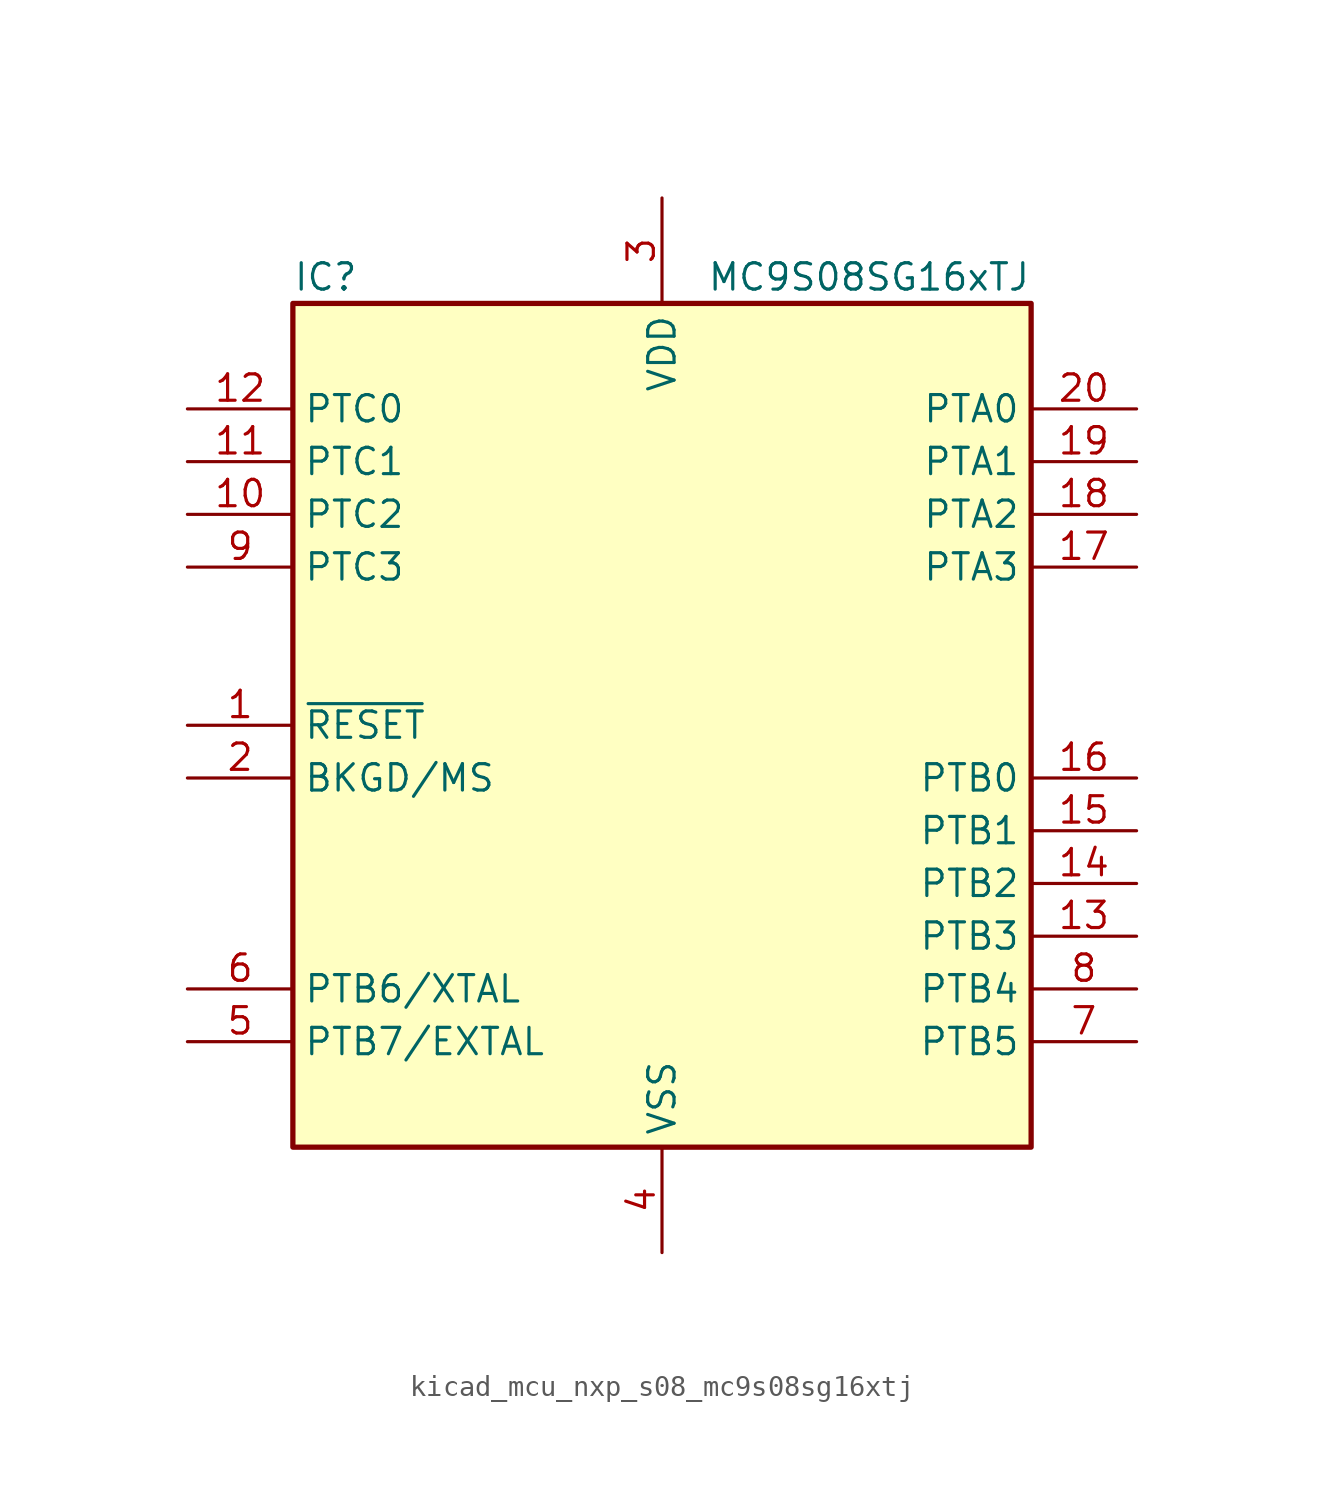
<source format=kicad_sym>
(kicad_symbol_lib
  (version 20220914)
  (generator kicad_symbol_editor)
  (symbol "kicad_mcu_nxp_s08_mc9s08sg16xtj"
    (property "Reference" "IC"
      (at -17.78 21.59 0)
      (effects (font (size 1.27 1.27)) (justify left)))
    (property "Value" "MC9S08SG16xTJ"
      (at 17.78 21.59 0)
      (effects (font (size 1.27 1.27)) (justify right)))
    (symbol "kicad_mcu_nxp_s08_mc9s08sg16xtj_0_1"
      (rectangle (start -17.78 20.32) (end 17.78 -20.32) (stroke (width 0.254) (type default)) (fill (type background))))
    (symbol "kicad_mcu_nxp_s08_mc9s08sg16xtj_1_1"
      (pin input line (at -22.86 0 0) (length 5.08) (name "~{RESET}" (effects (font (size 1.27 1.27)))) (number "1" (effects (font (size 1.27 1.27)))))
      (pin bidirectional line (at -22.86 10.16 0) (length 5.08) (name "PTC2" (effects (font (size 1.27 1.27)))) (number "10" (effects (font (size 1.27 1.27)))))
      (pin bidirectional line (at -22.86 12.7 0) (length 5.08) (name "PTC1" (effects (font (size 1.27 1.27)))) (number "11" (effects (font (size 1.27 1.27)))))
      (pin bidirectional line (at -22.86 15.24 0) (length 5.08) (name "PTC0" (effects (font (size 1.27 1.27)))) (number "12" (effects (font (size 1.27 1.27)))))
      (pin bidirectional line (at 22.86 -10.16 180) (length 5.08) (name "PTB3" (effects (font (size 1.27 1.27)))) (number "13" (effects (font (size 1.27 1.27)))))
      (pin bidirectional line (at 22.86 -7.62 180) (length 5.08) (name "PTB2" (effects (font (size 1.27 1.27)))) (number "14" (effects (font (size 1.27 1.27)))))
      (pin bidirectional line (at 22.86 -5.08 180) (length 5.08) (name "PTB1" (effects (font (size 1.27 1.27)))) (number "15" (effects (font (size 1.27 1.27)))))
      (pin bidirectional line (at 22.86 -2.54 180) (length 5.08) (name "PTB0" (effects (font (size 1.27 1.27)))) (number "16" (effects (font (size 1.27 1.27)))))
      (pin bidirectional line (at 22.86 7.62 180) (length 5.08) (name "PTA3" (effects (font (size 1.27 1.27)))) (number "17" (effects (font (size 1.27 1.27)))))
      (pin bidirectional line (at 22.86 10.16 180) (length 5.08) (name "PTA2" (effects (font (size 1.27 1.27)))) (number "18" (effects (font (size 1.27 1.27)))))
      (pin bidirectional line (at 22.86 12.7 180) (length 5.08) (name "PTA1" (effects (font (size 1.27 1.27)))) (number "19" (effects (font (size 1.27 1.27)))))
      (pin bidirectional line (at -22.86 -2.54 0) (length 5.08) (name "BKGD/MS" (effects (font (size 1.27 1.27)))) (number "2" (effects (font (size 1.27 1.27)))))
      (pin bidirectional line (at 22.86 15.24 180) (length 5.08) (name "PTA0" (effects (font (size 1.27 1.27)))) (number "20" (effects (font (size 1.27 1.27)))))
      (pin power_in line (at 0 25.4 270) (length 5.08) (name "VDD" (effects (font (size 1.27 1.27)))) (number "3" (effects (font (size 1.27 1.27)))))
      (pin power_in line (at 0 -25.4 90) (length 5.08) (name "VSS" (effects (font (size 1.27 1.27)))) (number "4" (effects (font (size 1.27 1.27)))))
      (pin bidirectional line (at -22.86 -15.24 0) (length 5.08) (name "PTB7/EXTAL" (effects (font (size 1.27 1.27)))) (number "5" (effects (font (size 1.27 1.27)))))
      (pin bidirectional line (at -22.86 -12.7 0) (length 5.08) (name "PTB6/XTAL" (effects (font (size 1.27 1.27)))) (number "6" (effects (font (size 1.27 1.27)))))
      (pin bidirectional line (at 22.86 -15.24 180) (length 5.08) (name "PTB5" (effects (font (size 1.27 1.27)))) (number "7" (effects (font (size 1.27 1.27)))))
      (pin bidirectional line (at 22.86 -12.7 180) (length 5.08) (name "PTB4" (effects (font (size 1.27 1.27)))) (number "8" (effects (font (size 1.27 1.27)))))
      (pin bidirectional line (at -22.86 7.62 0) (length 5.08) (name "PTC3" (effects (font (size 1.27 1.27)))) (number "9" (effects (font (size 1.27 1.27))))))))
</source>
